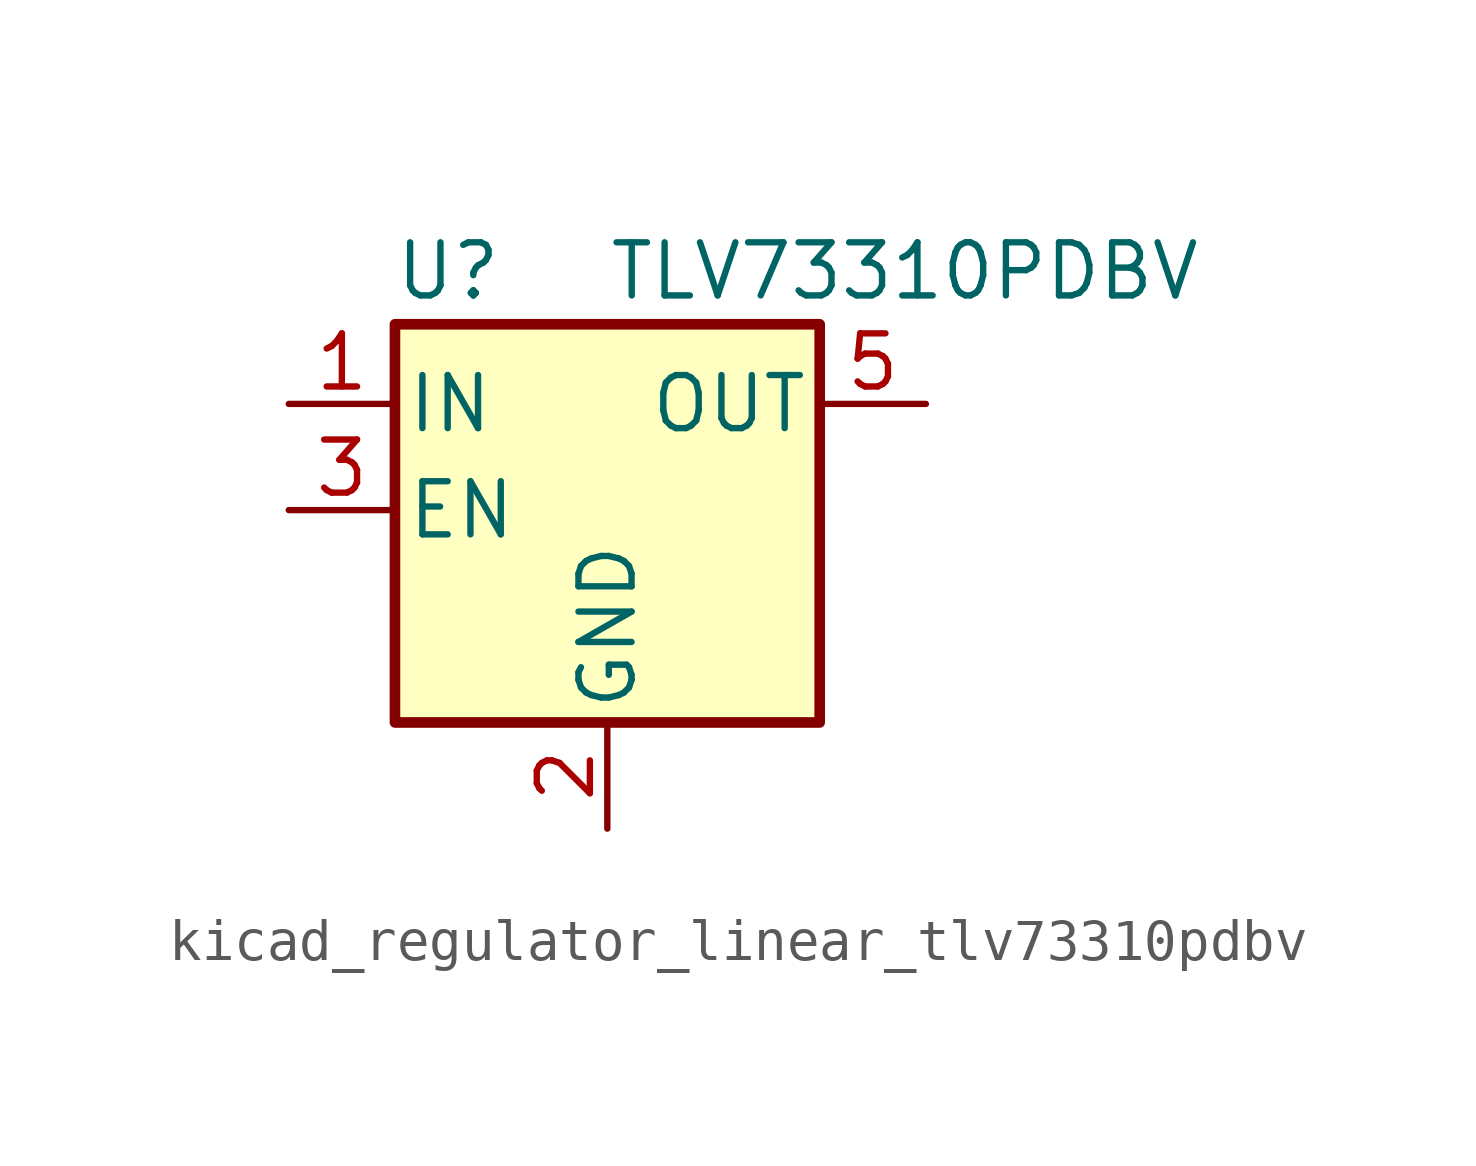
<source format=kicad_sym>
(kicad_symbol_lib
  (version 20220914)
  (generator kicad_symbol_editor)
  (symbol "kicad_regulator_linear_tlv73310pdbv"
    (pin_names
      (offset 0.254))
    (property "Reference" "U"
      (at -3.81 5.715 0)
      (effects (font (size 1.27 1.27))))
    (property "Value" "TLV73310PDBV"
      (at 0 5.715 0)
      (effects (font (size 1.27 1.27)) (justify left)))
    (symbol "kicad_regulator_linear_tlv73310pdbv_0_1"
      (rectangle (start -5.08 4.445) (end 5.08 -5.08) (stroke (width 0.254) (type default)) (fill (type background))))
    (symbol "kicad_regulator_linear_tlv73310pdbv_1_1"
      (pin power_in line (at -7.62 2.54 0) (length 2.54) (name "IN" (effects (font (size 1.27 1.27)))) (number "1" (effects (font (size 1.27 1.27)))))
      (pin power_in line (at 0 -7.62 90) (length 2.54) (name "GND" (effects (font (size 1.27 1.27)))) (number "2" (effects (font (size 1.27 1.27)))))
      (pin input line (at -7.62 0 0) (length 2.54) (name "EN" (effects (font (size 1.27 1.27)))) (number "3" (effects (font (size 1.27 1.27)))))
      (pin no_connect line (at 5.08 0 180) (length 2.54) hide (name "NC" (effects (font (size 1.27 1.27)))) (number "4" (effects (font (size 1.27 1.27)))))
      (pin power_out line (at 7.62 2.54 180) (length 2.54) (name "OUT" (effects (font (size 1.27 1.27)))) (number "5" (effects (font (size 1.27 1.27))))))))
</source>
